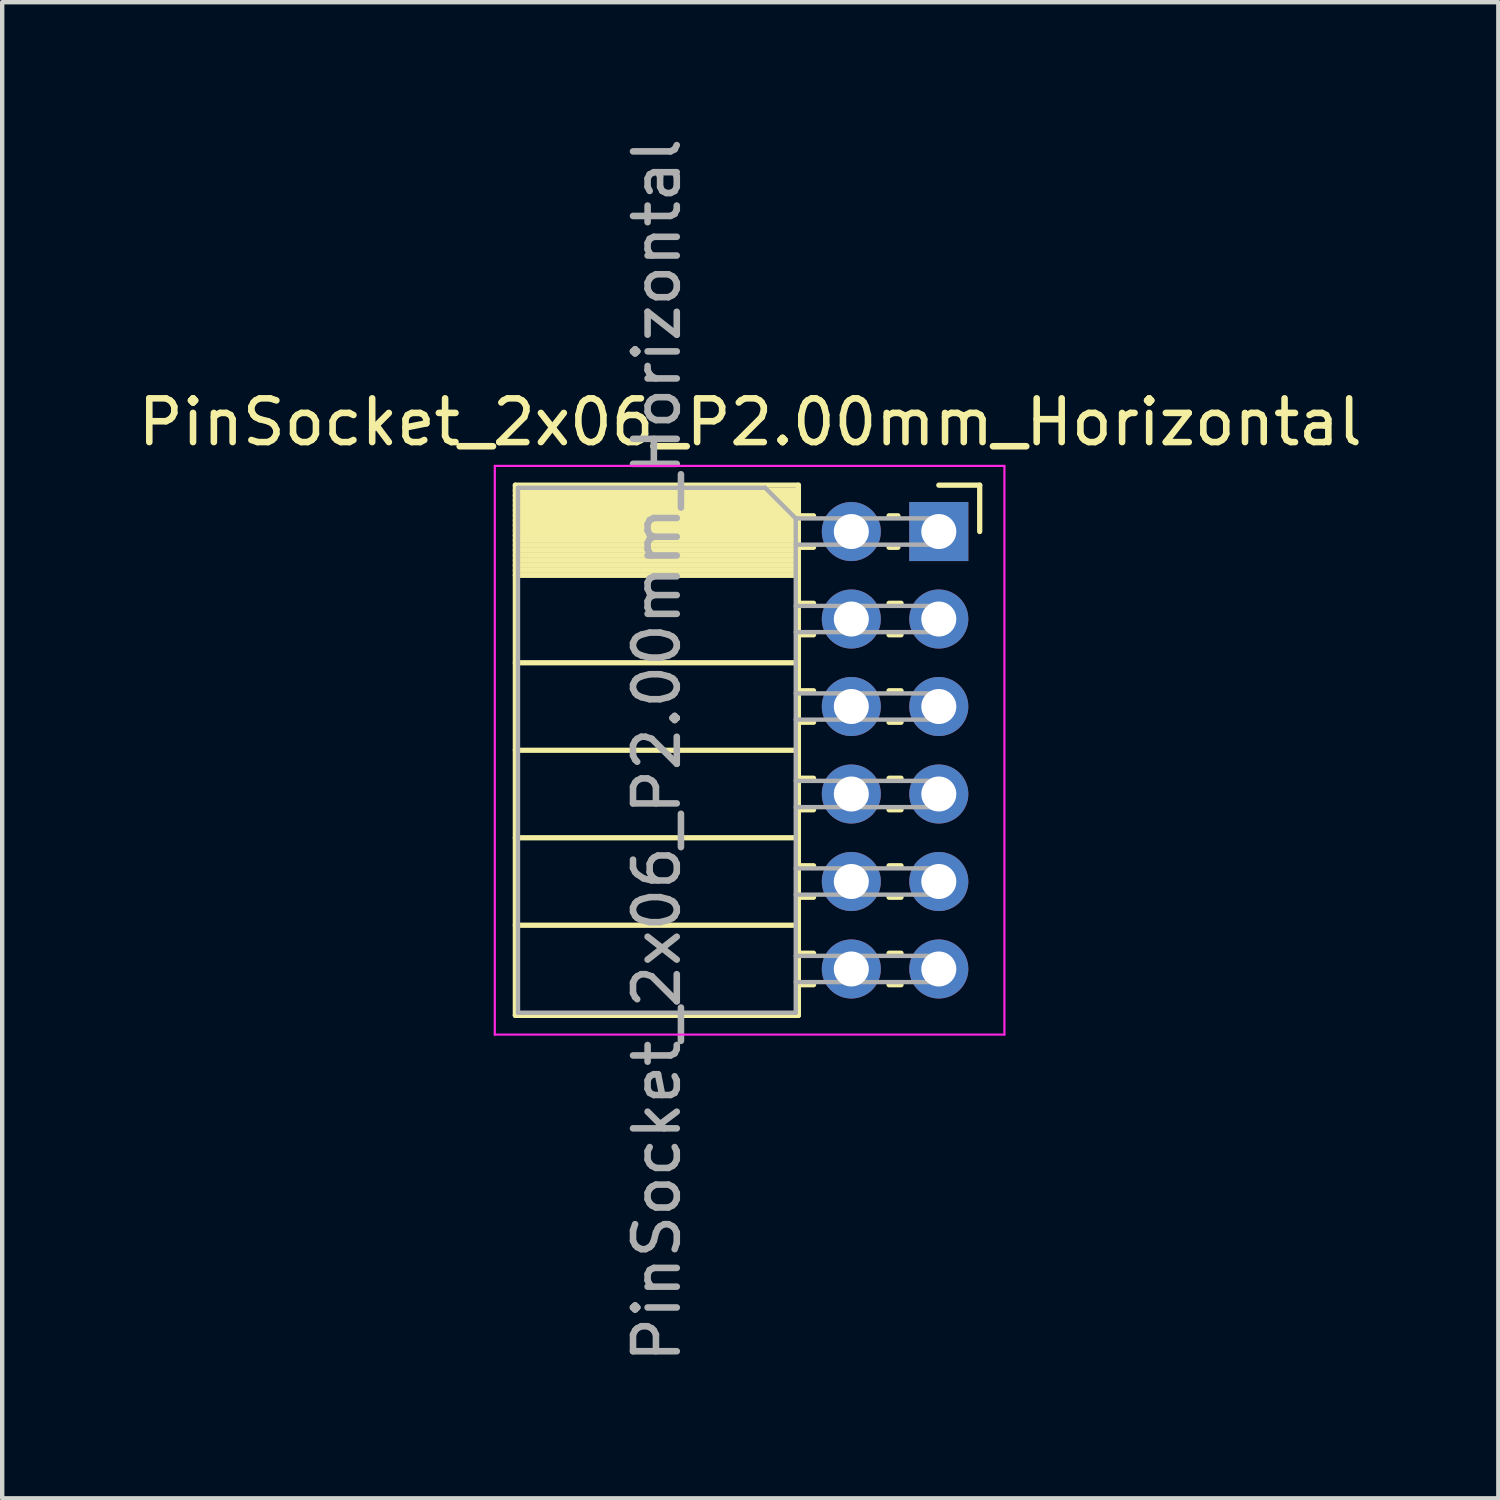
<source format=kicad_pcb>
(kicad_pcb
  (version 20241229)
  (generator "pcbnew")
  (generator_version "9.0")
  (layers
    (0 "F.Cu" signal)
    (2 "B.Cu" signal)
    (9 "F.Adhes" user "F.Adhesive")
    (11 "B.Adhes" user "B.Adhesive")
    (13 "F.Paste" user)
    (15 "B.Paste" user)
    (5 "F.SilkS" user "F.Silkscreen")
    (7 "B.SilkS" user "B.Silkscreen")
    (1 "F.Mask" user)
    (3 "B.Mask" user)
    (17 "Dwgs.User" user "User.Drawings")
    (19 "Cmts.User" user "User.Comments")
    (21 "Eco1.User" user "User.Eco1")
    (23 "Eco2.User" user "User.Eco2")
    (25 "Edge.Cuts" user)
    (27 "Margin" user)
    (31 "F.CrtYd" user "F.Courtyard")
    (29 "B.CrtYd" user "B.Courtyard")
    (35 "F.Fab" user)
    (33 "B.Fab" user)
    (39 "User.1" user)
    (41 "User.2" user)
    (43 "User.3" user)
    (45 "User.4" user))
  (footprint "PinSocket_2x06_P2.00mm_Horizontal"
    (layer "F.Cu")
    (at 18.411 9.101)
    (property "Reference" "PinSocket_2x06_P2.00mm_Horizontal" (at -4.31 -2.5 0) (layer "F.SilkS") (effects (font (size 1 1) (thickness 0.15))))
    (attr through_hole)
    (fp_line (start -9.68 -1.06) (end -9.68 11.06) (stroke (width 0.12) (type solid)) (layer "F.SilkS"))
    (fp_line (start -9.68 -1.06) (end -3.21 -1.06) (stroke (width 0.12) (type solid)) (layer "F.SilkS"))
    (fp_line (start -9.68 -0.94) (end -3.21 -0.94) (stroke (width 0.12) (type solid)) (layer "F.SilkS"))
    (fp_line (start -9.68 -0.826) (end -3.21 -0.826) (stroke (width 0.12) (type solid)) (layer "F.SilkS"))
    (fp_line (start -9.68 -0.712) (end -3.21 -0.712) (stroke (width 0.12) (type solid)) (layer "F.SilkS"))
    (fp_line (start -9.68 -0.598) (end -3.21 -0.598) (stroke (width 0.12) (type solid)) (layer "F.SilkS"))
    (fp_line (start -9.68 -0.484) (end -3.21 -0.484) (stroke (width 0.12) (type solid)) (layer "F.SilkS"))
    (fp_line (start -9.68 -0.369) (end -3.21 -0.369) (stroke (width 0.12) (type solid)) (layer "F.SilkS"))
    (fp_line (start -9.68 -0.255) (end -3.21 -0.255) (stroke (width 0.12) (type solid)) (layer "F.SilkS"))
    (fp_line (start -9.68 -0.141) (end -3.21 -0.141) (stroke (width 0.12) (type solid)) (layer "F.SilkS"))
    (fp_line (start -9.68 -0.027) (end -3.21 -0.027) (stroke (width 0.12) (type solid)) (layer "F.SilkS"))
    (fp_line (start -9.68 0.087) (end -3.21 0.087) (stroke (width 0.12) (type solid)) (layer "F.SilkS"))
    (fp_line (start -9.68 0.201) (end -3.21 0.201) (stroke (width 0.12) (type solid)) (layer "F.SilkS"))
    (fp_line (start -9.68 0.315) (end -3.21 0.315) (stroke (width 0.12) (type solid)) (layer "F.SilkS"))
    (fp_line (start -9.68 0.429) (end -3.21 0.429) (stroke (width 0.12) (type solid)) (layer "F.SilkS"))
    (fp_line (start -9.68 0.544) (end -3.21 0.544) (stroke (width 0.12) (type solid)) (layer "F.SilkS"))
    (fp_line (start -9.68 0.658) (end -3.21 0.658) (stroke (width 0.12) (type solid)) (layer "F.SilkS"))
    (fp_line (start -9.68 0.772) (end -3.21 0.772) (stroke (width 0.12) (type solid)) (layer "F.SilkS"))
    (fp_line (start -9.68 0.886) (end -3.21 0.886) (stroke (width 0.12) (type solid)) (layer "F.SilkS"))
    (fp_line (start -9.68 1) (end -3.21 1) (stroke (width 0.12) (type solid)) (layer "F.SilkS"))
    (fp_line (start -9.68 3) (end -3.21 3) (stroke (width 0.12) (type solid)) (layer "F.SilkS"))
    (fp_line (start -9.68 5) (end -3.21 5) (stroke (width 0.12) (type solid)) (layer "F.SilkS"))
    (fp_line (start -9.68 7) (end -3.21 7) (stroke (width 0.12) (type solid)) (layer "F.SilkS"))
    (fp_line (start -9.68 9) (end -3.21 9) (stroke (width 0.12) (type solid)) (layer "F.SilkS"))
    (fp_line (start -9.68 11.06) (end -3.21 11.06) (stroke (width 0.12) (type solid)) (layer "F.SilkS"))
    (fp_line (start -3.21 -1.06) (end -3.21 11.06) (stroke (width 0.12) (type solid)) (layer "F.SilkS"))
    (fp_line (start -3.21 -0.36) (end -2.863 -0.36) (stroke (width 0.12) (type solid)) (layer "F.SilkS"))
    (fp_line (start -3.21 0.36) (end -2.863 0.36) (stroke (width 0.12) (type solid)) (layer "F.SilkS"))
    (fp_line (start -3.21 1.64) (end -2.863 1.64) (stroke (width 0.12) (type solid)) (layer "F.SilkS"))
    (fp_line (start -3.21 2.36) (end -2.863 2.36) (stroke (width 0.12) (type solid)) (layer "F.SilkS"))
    (fp_line (start -3.21 3.64) (end -2.863 3.64) (stroke (width 0.12) (type solid)) (layer "F.SilkS"))
    (fp_line (start -3.21 4.36) (end -2.863 4.36) (stroke (width 0.12) (type solid)) (layer "F.SilkS"))
    (fp_line (start -3.21 5.64) (end -2.863 5.64) (stroke (width 0.12) (type solid)) (layer "F.SilkS"))
    (fp_line (start -3.21 6.36) (end -2.863 6.36) (stroke (width 0.12) (type solid)) (layer "F.SilkS"))
    (fp_line (start -3.21 7.64) (end -2.863 7.64) (stroke (width 0.12) (type solid)) (layer "F.SilkS"))
    (fp_line (start -3.21 8.36) (end -2.863 8.36) (stroke (width 0.12) (type solid)) (layer "F.SilkS"))
    (fp_line (start -3.21 9.64) (end -2.863 9.64) (stroke (width 0.12) (type solid)) (layer "F.SilkS"))
    (fp_line (start -3.21 10.36) (end -2.863 10.36) (stroke (width 0.12) (type solid)) (layer "F.SilkS"))
    (fp_line (start -1.137 -0.36) (end -0.935 -0.36) (stroke (width 0.12) (type solid)) (layer "F.SilkS"))
    (fp_line (start -1.137 0.36) (end -0.935 0.36) (stroke (width 0.12) (type solid)) (layer "F.SilkS"))
    (fp_line (start -1.137 1.64) (end -0.863 1.64) (stroke (width 0.12) (type solid)) (layer "F.SilkS"))
    (fp_line (start -1.137 2.36) (end -0.863 2.36) (stroke (width 0.12) (type solid)) (layer "F.SilkS"))
    (fp_line (start -1.137 3.64) (end -0.863 3.64) (stroke (width 0.12) (type solid)) (layer "F.SilkS"))
    (fp_line (start -1.137 4.36) (end -0.863 4.36) (stroke (width 0.12) (type solid)) (layer "F.SilkS"))
    (fp_line (start -1.137 5.64) (end -0.863 5.64) (stroke (width 0.12) (type solid)) (layer "F.SilkS"))
    (fp_line (start -1.137 6.36) (end -0.863 6.36) (stroke (width 0.12) (type solid)) (layer "F.SilkS"))
    (fp_line (start -1.137 7.64) (end -0.863 7.64) (stroke (width 0.12) (type solid)) (layer "F.SilkS"))
    (fp_line (start -1.137 8.36) (end -0.863 8.36) (stroke (width 0.12) (type solid)) (layer "F.SilkS"))
    (fp_line (start -1.137 9.64) (end -0.863 9.64) (stroke (width 0.12) (type solid)) (layer "F.SilkS"))
    (fp_line (start -1.137 10.36) (end -0.863 10.36) (stroke (width 0.12) (type solid)) (layer "F.SilkS"))
    (fp_line (start 0 -1.06) (end 0.935 -1.06) (stroke (width 0.12) (type solid)) (layer "F.SilkS"))
    (fp_line (start 0.935 -1.06) (end 0.935 0) (stroke (width 0.12) (type solid)) (layer "F.SilkS"))
    (fp_line (start -10.15 -1.5) (end -10.15 11.5) (stroke (width 0.05) (type solid)) (layer "F.CrtYd"))
    (fp_line (start -10.15 11.5) (end 1.5 11.5) (stroke (width 0.05) (type solid)) (layer "F.CrtYd"))
    (fp_line (start 1.5 -1.5) (end -10.15 -1.5) (stroke (width 0.05) (type solid)) (layer "F.CrtYd"))
    (fp_line (start 1.5 11.5) (end 1.5 -1.5) (stroke (width 0.05) (type solid)) (layer "F.CrtYd"))
    (fp_line (start -9.62 -1) (end -3.97 -1) (stroke (width 0.1) (type solid)) (layer "F.Fab"))
    (fp_line (start -9.62 11) (end -9.62 -1) (stroke (width 0.1) (type solid)) (layer "F.Fab"))
    (fp_line (start -3.97 -1) (end -3.27 -0.3) (stroke (width 0.1) (type solid)) (layer "F.Fab"))
    (fp_line (start -3.27 -0.3) (end -3.27 11) (stroke (width 0.1) (type solid)) (layer "F.Fab"))
    (fp_line (start -3.27 0.3) (end 0 0.3) (stroke (width 0.1) (type solid)) (layer "F.Fab"))
    (fp_line (start -3.27 2.3) (end 0 2.3) (stroke (width 0.1) (type solid)) (layer "F.Fab"))
    (fp_line (start -3.27 4.3) (end 0 4.3) (stroke (width 0.1) (type solid)) (layer "F.Fab"))
    (fp_line (start -3.27 6.3) (end 0 6.3) (stroke (width 0.1) (type solid)) (layer "F.Fab"))
    (fp_line (start -3.27 8.3) (end 0 8.3) (stroke (width 0.1) (type solid)) (layer "F.Fab"))
    (fp_line (start -3.27 10.3) (end 0 10.3) (stroke (width 0.1) (type solid)) (layer "F.Fab"))
    (fp_line (start -3.27 11) (end -9.62 11) (stroke (width 0.1) (type solid)) (layer "F.Fab"))
    (fp_line (start 0 -0.3) (end -3.27 -0.3) (stroke (width 0.1) (type solid)) (layer "F.Fab"))
    (fp_line (start 0 0.3) (end 0 -0.3) (stroke (width 0.1) (type solid)) (layer "F.Fab"))
    (fp_line (start 0 1.7) (end -3.27 1.7) (stroke (width 0.1) (type solid)) (layer "F.Fab"))
    (fp_line (start 0 2.3) (end 0 1.7) (stroke (width 0.1) (type solid)) (layer "F.Fab"))
    (fp_line (start 0 3.7) (end -3.27 3.7) (stroke (width 0.1) (type solid)) (layer "F.Fab"))
    (fp_line (start 0 4.3) (end 0 3.7) (stroke (width 0.1) (type solid)) (layer "F.Fab"))
    (fp_line (start 0 5.7) (end -3.27 5.7) (stroke (width 0.1) (type solid)) (layer "F.Fab"))
    (fp_line (start 0 6.3) (end 0 5.7) (stroke (width 0.1) (type solid)) (layer "F.Fab"))
    (fp_line (start 0 7.7) (end -3.27 7.7) (stroke (width 0.1) (type solid)) (layer "F.Fab"))
    (fp_line (start 0 8.3) (end 0 7.7) (stroke (width 0.1) (type solid)) (layer "F.Fab"))
    (fp_line (start 0 9.7) (end -3.27 9.7) (stroke (width 0.1) (type solid)) (layer "F.Fab"))
    (fp_line (start 0 10.3) (end 0 9.7) (stroke (width 0.1) (type solid)) (layer "F.Fab"))
    (fp_text user "${REFERENCE}" (at -6.445 5 90) (layer "F.Fab") (effects (font (size 1 1) (thickness 0.15))))
    (pad "1" thru_hole rect (at 0 0) (size 1.35 1.35) (drill 0.8) (layers "*.Cu" "*.Mask"))
    (pad "2" thru_hole oval (at -2 0) (size 1.35 1.35) (drill 0.8) (layers "*.Cu" "*.Mask"))
    (pad "3" thru_hole oval (at 0 2) (size 1.35 1.35) (drill 0.8) (layers "*.Cu" "*.Mask"))
    (pad "4" thru_hole oval (at -2 2) (size 1.35 1.35) (drill 0.8) (layers "*.Cu" "*.Mask"))
    (pad "5" thru_hole oval (at 0 4) (size 1.35 1.35) (drill 0.8) (layers "*.Cu" "*.Mask"))
    (pad "6" thru_hole oval (at -2 4) (size 1.35 1.35) (drill 0.8) (layers "*.Cu" "*.Mask"))
    (pad "7" thru_hole oval (at 0 6) (size 1.35 1.35) (drill 0.8) (layers "*.Cu" "*.Mask"))
    (pad "8" thru_hole oval (at -2 6) (size 1.35 1.35) (drill 0.8) (layers "*.Cu" "*.Mask"))
    (pad "9" thru_hole oval (at 0 8) (size 1.35 1.35) (drill 0.8) (layers "*.Cu" "*.Mask"))
    (pad "10" thru_hole oval (at -2 8) (size 1.35 1.35) (drill 0.8) (layers "*.Cu" "*.Mask"))
    (pad "11" thru_hole oval (at 0 10) (size 1.35 1.35) (drill 0.8) (layers "*.Cu" "*.Mask"))
    (pad "12" thru_hole oval (at -2 10) (size 1.35 1.35) (drill 0.8) (layers "*.Cu" "*.Mask")))
  (gr_rect
    (start -3 -3)
    (end 31.202 31.202)
    (stroke (width 0.1) (type default))
    (fill no)
    (layer "Edge.Cuts")))
</source>
